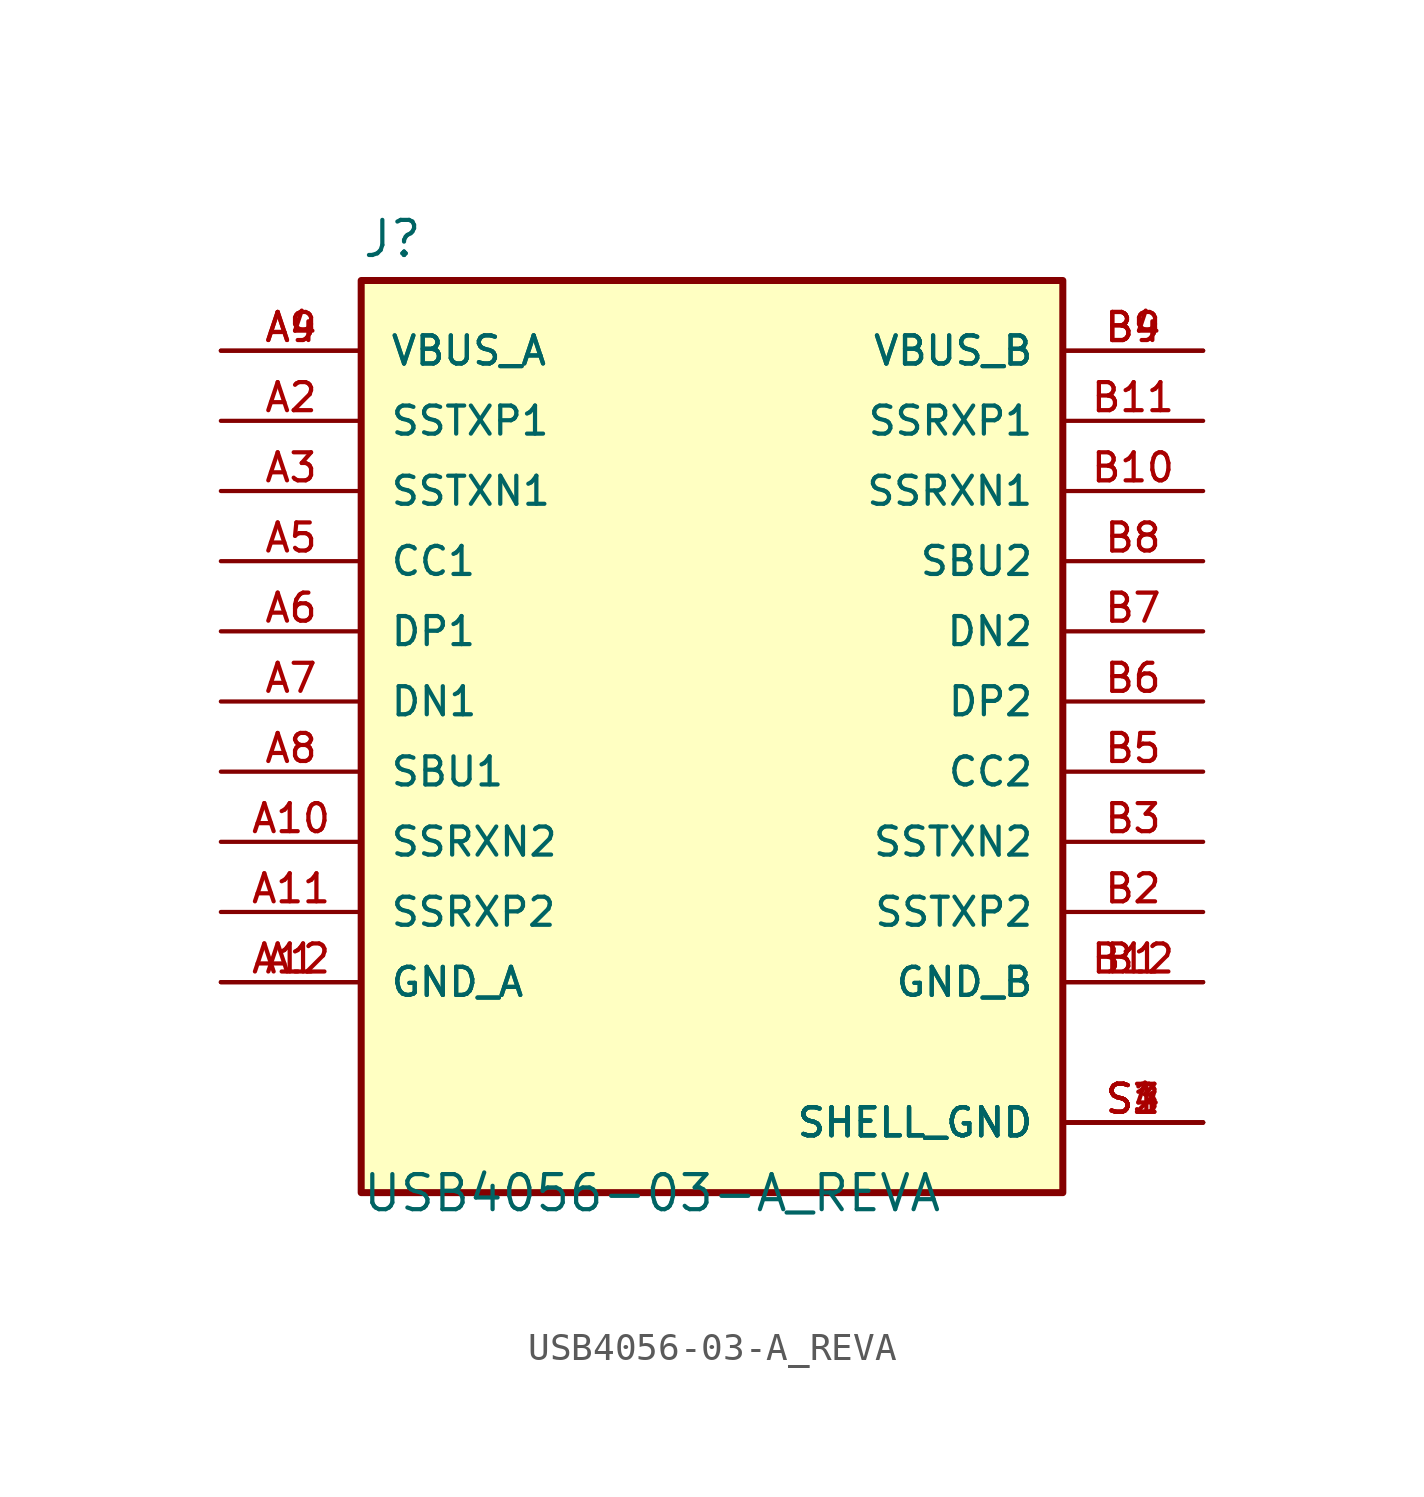
<source format=kicad_sym>
(kicad_symbol_lib
  (version 20211014)
  (generator kicad_symbol_editor)
  (symbol "USB4056-03-A_REVA"
    (pin_names
      (offset 1.016))
    (property "Reference" "J"
      (at -12.7 16.002 0)
      (effects (font (size 1.27 1.27)) (justify left bottom)))
    (property "Value" "USB4056-03-A_REVA"
      (at -12.7 -18.542 0)
      (effects (font (size 1.27 1.27)) (justify left bottom)))
    (symbol "USB4056-03-A_REVA_0_0"
      (rectangle (start -12.7 -17.78) (end 12.7 15.24) (stroke (width 0.254) (type default) (color 0 0 0 0)) (fill (type background)))
      (pin power_in line (at -17.78 -10.16 0) (length 5.08) (name "GND_A" (effects (font (size 1.016 1.016)))) (number "A1" (effects (font (size 1.016 1.016)))))
      (pin bidirectional line (at -17.78 -5.08 0) (length 5.08) (name "SSRXN2" (effects (font (size 1.016 1.016)))) (number "A10" (effects (font (size 1.016 1.016)))))
      (pin bidirectional line (at -17.78 -7.62 0) (length 5.08) (name "SSRXP2" (effects (font (size 1.016 1.016)))) (number "A11" (effects (font (size 1.016 1.016)))))
      (pin power_in line (at -17.78 -10.16 0) (length 5.08) (name "GND_A" (effects (font (size 1.016 1.016)))) (number "A12" (effects (font (size 1.016 1.016)))))
      (pin bidirectional line (at -17.78 10.16 0) (length 5.08) (name "SSTXP1" (effects (font (size 1.016 1.016)))) (number "A2" (effects (font (size 1.016 1.016)))))
      (pin bidirectional line (at -17.78 7.62 0) (length 5.08) (name "SSTXN1" (effects (font (size 1.016 1.016)))) (number "A3" (effects (font (size 1.016 1.016)))))
      (pin power_in line (at -17.78 12.7 0) (length 5.08) (name "VBUS_A" (effects (font (size 1.016 1.016)))) (number "A4" (effects (font (size 1.016 1.016)))))
      (pin bidirectional line (at -17.78 5.08 0) (length 5.08) (name "CC1" (effects (font (size 1.016 1.016)))) (number "A5" (effects (font (size 1.016 1.016)))))
      (pin bidirectional line (at -17.78 2.54 0) (length 5.08) (name "DP1" (effects (font (size 1.016 1.016)))) (number "A6" (effects (font (size 1.016 1.016)))))
      (pin bidirectional line (at -17.78 0 0) (length 5.08) (name "DN1" (effects (font (size 1.016 1.016)))) (number "A7" (effects (font (size 1.016 1.016)))))
      (pin bidirectional line (at -17.78 -2.54 0) (length 5.08) (name "SBU1" (effects (font (size 1.016 1.016)))) (number "A8" (effects (font (size 1.016 1.016)))))
      (pin power_in line (at -17.78 12.7 0) (length 5.08) (name "VBUS_A" (effects (font (size 1.016 1.016)))) (number "A9" (effects (font (size 1.016 1.016)))))
      (pin power_in line (at 17.78 -10.16 180) (length 5.08) (name "GND_B" (effects (font (size 1.016 1.016)))) (number "B1" (effects (font (size 1.016 1.016)))))
      (pin bidirectional line (at 17.78 7.62 180) (length 5.08) (name "SSRXN1" (effects (font (size 1.016 1.016)))) (number "B10" (effects (font (size 1.016 1.016)))))
      (pin bidirectional line (at 17.78 10.16 180) (length 5.08) (name "SSRXP1" (effects (font (size 1.016 1.016)))) (number "B11" (effects (font (size 1.016 1.016)))))
      (pin power_in line (at 17.78 -10.16 180) (length 5.08) (name "GND_B" (effects (font (size 1.016 1.016)))) (number "B12" (effects (font (size 1.016 1.016)))))
      (pin bidirectional line (at 17.78 -7.62 180) (length 5.08) (name "SSTXP2" (effects (font (size 1.016 1.016)))) (number "B2" (effects (font (size 1.016 1.016)))))
      (pin bidirectional line (at 17.78 -5.08 180) (length 5.08) (name "SSTXN2" (effects (font (size 1.016 1.016)))) (number "B3" (effects (font (size 1.016 1.016)))))
      (pin power_in line (at 17.78 12.7 180) (length 5.08) (name "VBUS_B" (effects (font (size 1.016 1.016)))) (number "B4" (effects (font (size 1.016 1.016)))))
      (pin bidirectional line (at 17.78 -2.54 180) (length 5.08) (name "CC2" (effects (font (size 1.016 1.016)))) (number "B5" (effects (font (size 1.016 1.016)))))
      (pin bidirectional line (at 17.78 0 180) (length 5.08) (name "DP2" (effects (font (size 1.016 1.016)))) (number "B6" (effects (font (size 1.016 1.016)))))
      (pin bidirectional line (at 17.78 2.54 180) (length 5.08) (name "DN2" (effects (font (size 1.016 1.016)))) (number "B7" (effects (font (size 1.016 1.016)))))
      (pin bidirectional line (at 17.78 5.08 180) (length 5.08) (name "SBU2" (effects (font (size 1.016 1.016)))) (number "B8" (effects (font (size 1.016 1.016)))))
      (pin power_in line (at 17.78 12.7 180) (length 5.08) (name "VBUS_B" (effects (font (size 1.016 1.016)))) (number "B9" (effects (font (size 1.016 1.016)))))
      (pin power_in line (at 17.78 -15.24 180) (length 5.08) (name "SHELL_GND" (effects (font (size 1.016 1.016)))) (number "S1" (effects (font (size 1.016 1.016)))))
      (pin power_in line (at 17.78 -15.24 180) (length 5.08) (name "SHELL_GND" (effects (font (size 1.016 1.016)))) (number "S2" (effects (font (size 1.016 1.016)))))
      (pin power_in line (at 17.78 -15.24 180) (length 5.08) (name "SHELL_GND" (effects (font (size 1.016 1.016)))) (number "S3" (effects (font (size 1.016 1.016)))))
      (pin power_in line (at 17.78 -15.24 180) (length 5.08) (name "SHELL_GND" (effects (font (size 1.016 1.016)))) (number "S4" (effects (font (size 1.016 1.016))))))))
</source>
